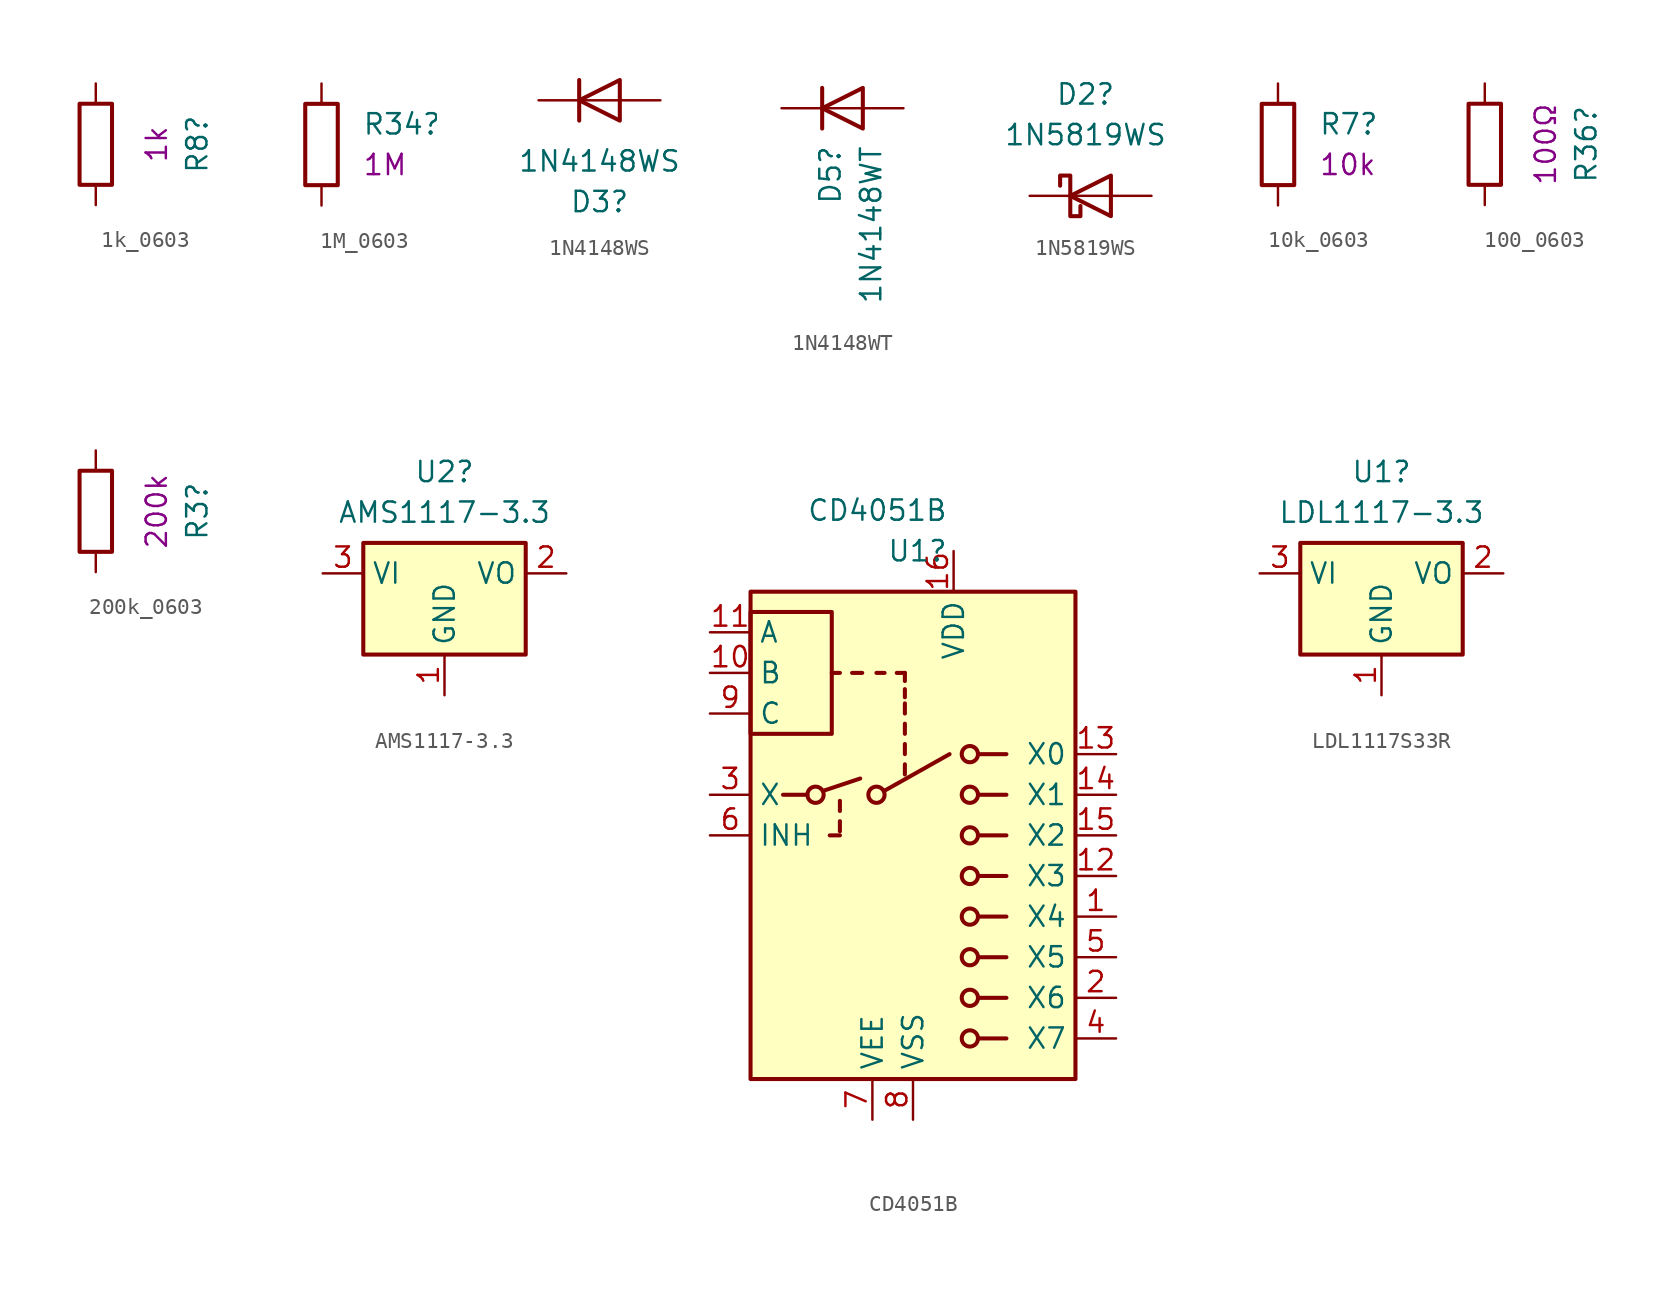
<source format=kicad_sym>
(kicad_symbol_lib
  (version 20241209)
  (generator "kicad_symbol_editor")
  (generator_version "9.0")
  (symbol "1k_0603"
    (pin_numbers
      (hide yes))
    (pin_names
      (offset 0))
    (property "Reference" "R8"
      (at 6.35 0 90)
      (effects (font (size 1.27 1.27))))
    (property "Display" "1k"
      (at 3.81 0 90)
      (effects (font (size 1.27 1.27))))
    (symbol "1k_0603_0_1"
      (rectangle (start -1.016 -2.54) (end 1.016 2.54) (stroke (width 0.254) (type default)) (fill (type none))))
    (symbol "1k_0603_1_1"
      (pin passive line (at 0 3.81 270) (length 1.27) (name "~" (effects (font (size 1.27 1.27)))) (number "1" (effects (font (size 1.27 1.27)))))
      (pin passive line (at 0 -3.81 90) (length 1.27) (name "~" (effects (font (size 1.27 1.27)))) (number "2" (effects (font (size 1.27 1.27)))))))
  (symbol "1M_0603"
    (pin_numbers
      (hide yes))
    (pin_names
      (offset 0))
    (property "Reference" "R34"
      (at 2.54 1.27 0)
      (effects (font (size 1.27 1.27)) (justify left)))
    (property "Display" "1M"
      (at 2.54 -1.27 0)
      (effects (font (size 1.27 1.27)) (justify left)))
    (symbol "1M_0603_0_1"
      (rectangle (start -1.016 -2.54) (end 1.016 2.54) (stroke (width 0.254) (type default)) (fill (type none))))
    (symbol "1M_0603_1_1"
      (pin passive line (at 0 3.81 270) (length 1.27) (name "~" (effects (font (size 1.27 1.27)))) (number "1" (effects (font (size 1.27 1.27)))))
      (pin passive line (at 0 -3.81 90) (length 1.27) (name "~" (effects (font (size 1.27 1.27)))) (number "2" (effects (font (size 1.27 1.27)))))))
  (symbol "1N4148WS"
    (pin_numbers
      (hide yes))
    (pin_names
      (hide yes))
    (property "Reference" "D3"
      (at 0 -6.35 0)
      (effects (font (size 1.27 1.27))))
    (property "Value" "1N4148WS"
      (at 0 -3.81 0)
      (effects (font (size 1.27 1.27))))
    (symbol "1N4148WS_0_1"
      (polyline (pts (xy -1.27 1.27) (xy -1.27 -1.27)) (stroke (width 0.254) (type default)) (fill (type none)))
      (polyline (pts (xy 1.27 1.27) (xy 1.27 -1.27) (xy -1.27 0) (xy 1.27 1.27)) (stroke (width 0.254) (type default)) (fill (type none)))
      (polyline (pts (xy 1.27 0) (xy -1.27 0)) (stroke (width 0) (type default)) (fill (type none))))
    (symbol "1N4148WS_1_1"
      (pin passive line (at -3.81 0 0) (length 2.54) (name "K" (effects (font (size 1.27 1.27)))) (number "1" (effects (font (size 1.27 1.27)))))
      (pin passive line (at 3.81 0 180) (length 2.54) (name "A" (effects (font (size 1.27 1.27)))) (number "2" (effects (font (size 1.27 1.27)))))))
  (symbol "1N4148WT"
    (pin_numbers
      (hide yes))
    (pin_names
      (hide yes))
    (property "Reference" "D5"
      (at -0.762 -2.286 90)
      (effects (font (size 1.27 1.27)) (justify right)))
    (property "Value" "1N4148WT"
      (at 1.778 -2.286 90)
      (effects (font (size 1.27 1.27)) (justify right)))
    (symbol "1N4148WT_0_1"
      (polyline (pts (xy -1.27 1.27) (xy -1.27 -1.27)) (stroke (width 0.254) (type default)) (fill (type none)))
      (polyline (pts (xy 1.27 1.27) (xy 1.27 -1.27) (xy -1.27 0) (xy 1.27 1.27)) (stroke (width 0.254) (type default)) (fill (type none)))
      (polyline (pts (xy 1.27 0) (xy -1.27 0)) (stroke (width 0) (type default)) (fill (type none))))
    (symbol "1N4148WT_1_1"
      (pin passive line (at -3.81 0 0) (length 2.54) (name "K" (effects (font (size 1.27 1.27)))) (number "1" (effects (font (size 1.27 1.27)))))
      (pin passive line (at 3.81 0 180) (length 2.54) (name "A" (effects (font (size 1.27 1.27)))) (number "2" (effects (font (size 1.27 1.27)))))))
  (symbol "1N5819WS"
    (pin_numbers
      (hide yes))
    (pin_names
      (offset 1.016)
      (hide yes))
    (property "Reference" "D2"
      (at -0.318 6.35 0)
      (effects (font (size 1.27 1.27))))
    (property "Value" "1N5819WS"
      (at -0.318 3.81 0)
      (effects (font (size 1.27 1.27))))
    (symbol "1N5819WS_0_1"
      (polyline (pts (xy -1.905 0.635) (xy -1.905 1.27) (xy -1.27 1.27) (xy -1.27 -1.27) (xy -0.635 -1.27) (xy -0.635 -0.635)) (stroke (width 0.254) (type default)) (fill (type none)))
      (polyline (pts (xy 1.27 1.27) (xy 1.27 -1.27) (xy -1.27 0) (xy 1.27 1.27)) (stroke (width 0.254) (type default)) (fill (type none)))
      (polyline (pts (xy 1.27 0) (xy -1.27 0)) (stroke (width 0) (type default)) (fill (type none))))
    (symbol "1N5819WS_1_1"
      (pin passive line (at -3.81 0 0) (length 2.54) (name "K" (effects (font (size 1.27 1.27)))) (number "1" (effects (font (size 1.27 1.27)))))
      (pin passive line (at 3.81 0 180) (length 2.54) (name "A" (effects (font (size 1.27 1.27)))) (number "2" (effects (font (size 1.27 1.27)))))))
  (symbol "10k_0603"
    (pin_numbers
      (hide yes))
    (pin_names
      (offset 0))
    (property "Reference" "R7"
      (at 2.54 1.27 0)
      (effects (font (size 1.27 1.27)) (justify left)))
    (property "Display" "10k"
      (at 2.54 -1.27 0)
      (effects (font (size 1.27 1.27)) (justify left)))
    (symbol "10k_0603_0_1"
      (rectangle (start -1.016 -2.54) (end 1.016 2.54) (stroke (width 0.254) (type default)) (fill (type none))))
    (symbol "10k_0603_1_1"
      (pin passive line (at 0 3.81 270) (length 1.27) (name "~" (effects (font (size 1.27 1.27)))) (number "1" (effects (font (size 1.27 1.27)))))
      (pin passive line (at 0 -3.81 90) (length 1.27) (name "~" (effects (font (size 1.27 1.27)))) (number "2" (effects (font (size 1.27 1.27)))))))
  (symbol "100_0603"
    (pin_numbers
      (hide yes))
    (pin_names
      (offset 0))
    (property "Reference" "R36"
      (at 6.35 0 90)
      (effects (font (size 1.27 1.27))))
    (property "Display" "100Ω"
      (at 3.81 0 90)
      (effects (font (size 1.27 1.27))))
    (symbol "100_0603_0_1"
      (rectangle (start -1.016 -2.54) (end 1.016 2.54) (stroke (width 0.254) (type default)) (fill (type none))))
    (symbol "100_0603_1_1"
      (pin passive line (at 0 3.81 270) (length 1.27) (name "~" (effects (font (size 1.27 1.27)))) (number "1" (effects (font (size 1.27 1.27)))))
      (pin passive line (at 0 -3.81 90) (length 1.27) (name "~" (effects (font (size 1.27 1.27)))) (number "2" (effects (font (size 1.27 1.27)))))))
  (symbol "200k_0603"
    (pin_numbers
      (hide yes))
    (pin_names
      (offset 0))
    (property "Reference" "R3"
      (at 6.35 0 90)
      (effects (font (size 1.27 1.27))))
    (property "Display" "200k"
      (at 3.81 0 90)
      (effects (font (size 1.27 1.27))))
    (symbol "200k_0603_0_1"
      (rectangle (start -1.016 -2.54) (end 1.016 2.54) (stroke (width 0.254) (type default)) (fill (type none))))
    (symbol "200k_0603_1_1"
      (pin passive line (at 0 3.81 270) (length 1.27) (name "~" (effects (font (size 1.27 1.27)))) (number "1" (effects (font (size 1.27 1.27)))))
      (pin passive line (at 0 -3.81 90) (length 1.27) (name "~" (effects (font (size 1.27 1.27)))) (number "2" (effects (font (size 1.27 1.27)))))))
  (symbol "AMS1117-3.3"
    (property "Reference" "U2"
      (at 0 6.35 0)
      (effects (font (size 1.27 1.27))))
    (property "Value" "AMS1117-3.3"
      (at 0 3.81 0)
      (effects (font (size 1.27 1.27))))
    (symbol "AMS1117-3.3_0_1"
      (rectangle (start -5.08 -5.08) (end 5.08 1.905) (stroke (width 0.254) (type default)) (fill (type background))))
    (symbol "AMS1117-3.3_1_1"
      (pin power_in line (at -7.62 0 0) (length 2.54) (name "VI" (effects (font (size 1.27 1.27)))) (number "3" (effects (font (size 1.27 1.27)))))
      (pin power_in line (at 0 -7.62 90) (length 2.54) (name "GND" (effects (font (size 1.27 1.27)))) (number "1" (effects (font (size 1.27 1.27)))))
      (pin power_out line (at 7.62 0 180) (length 2.54) (name "VO" (effects (font (size 1.27 1.27)))) (number "2" (effects (font (size 1.27 1.27)))))))
  (symbol "CD4051B"
    (property "Reference" "U1"
      (at 2.194 17.78 0)
      (effects (font (size 1.27 1.27)) (justify right)))
    (property "Value" "CD4051B"
      (at 2.194 20.32 0)
      (effects (font (size 1.27 1.27)) (justify right)))
    (symbol "CD4051B_0_1"
      (rectangle (start -10.16 15.24) (end 10.16 -15.24) (stroke (width 0.254) (type default)) (fill (type background)))
      (rectangle (start -10.16 6.35) (end -5.08 13.97) (stroke (width 0.254) (type default)) (fill (type none)))
      (polyline (pts (xy -8.128 2.54) (xy -6.604 2.54)) (stroke (width 0.254) (type default)) (fill (type none)))
      (circle (center -6.096 2.54) (radius 0.508) (stroke (width 0.254) (type default)) (fill (type none)))
      (polyline (pts (xy -5.588 2.794) (xy -3.302 3.556)) (stroke (width 0.254) (type default)) (fill (type none)))
      (polyline (pts (xy -4.572 10.16) (xy -5.08 10.16)) (stroke (width 0.254) (type default)) (fill (type none)))
      (polyline (pts (xy -4.572 1.524) (xy -4.572 2.159)) (stroke (width 0.254) (type default)) (fill (type none)))
      (polyline (pts (xy -4.572 0.254) (xy -4.572 0.889)) (stroke (width 0.254) (type default)) (fill (type none)))
      (polyline (pts (xy -4.572 0) (xy -5.207 0)) (stroke (width 0.254) (type default)) (fill (type none)))
      (polyline (pts (xy -3.81 10.16) (xy -3.175 10.16)) (stroke (width 0.254) (type default)) (fill (type none)))
      (circle (center -2.286 2.54) (radius 0.508) (stroke (width 0.254) (type default)) (fill (type none)))
      (polyline (pts (xy -1.778 10.16) (xy -2.286 10.16)) (stroke (width 0.254) (type default)) (fill (type none)))
      (polyline (pts (xy -1.778 2.794) (xy 2.286 5.08)) (stroke (width 0.254) (type default)) (fill (type none)))
      (polyline (pts (xy -0.508 10.16) (xy -1.016 10.16)) (stroke (width 0.254) (type default)) (fill (type none)))
      (polyline (pts (xy -0.508 9.652) (xy -0.508 10.16)) (stroke (width 0.254) (type default)) (fill (type none)))
      (polyline (pts (xy -0.508 8.636) (xy -0.508 9.144)) (stroke (width 0.254) (type default)) (fill (type none)))
      (polyline (pts (xy -0.508 7.62) (xy -0.508 8.255)) (stroke (width 0.254) (type default)) (fill (type none)))
      (polyline (pts (xy -0.508 6.35) (xy -0.508 6.985)) (stroke (width 0.254) (type default)) (fill (type none)))
      (polyline (pts (xy -0.508 5.08) (xy -0.508 5.715)) (stroke (width 0.254) (type default)) (fill (type none)))
      (polyline (pts (xy -0.508 3.81) (xy -0.508 4.445)) (stroke (width 0.254) (type default)) (fill (type none)))
      (circle (center 3.556 5.08) (radius 0.508) (stroke (width 0.254) (type default)) (fill (type none)))
      (circle (center 3.556 2.54) (radius 0.508) (stroke (width 0.254) (type default)) (fill (type none)))
      (circle (center 3.556 0) (radius 0.508) (stroke (width 0.254) (type default)) (fill (type none)))
      (circle (center 3.556 -2.54) (radius 0.508) (stroke (width 0.254) (type default)) (fill (type none)))
      (circle (center 3.556 -5.08) (radius 0.508) (stroke (width 0.254) (type default)) (fill (type none)))
      (circle (center 3.556 -7.62) (radius 0.508) (stroke (width 0.254) (type default)) (fill (type none)))
      (circle (center 3.556 -10.16) (radius 0.508) (stroke (width 0.254) (type default)) (fill (type none)))
      (circle (center 3.556 -12.7) (radius 0.508) (stroke (width 0.254) (type default)) (fill (type none)))
      (polyline (pts (xy 4.064 5.08) (xy 5.842 5.08)) (stroke (width 0.254) (type default)) (fill (type none)))
      (polyline (pts (xy 4.064 2.54) (xy 5.842 2.54)) (stroke (width 0.254) (type default)) (fill (type none)))
      (polyline (pts (xy 4.064 0) (xy 5.842 0)) (stroke (width 0.254) (type default)) (fill (type none)))
      (polyline (pts (xy 4.064 -2.54) (xy 5.842 -2.54)) (stroke (width 0.254) (type default)) (fill (type none)))
      (polyline (pts (xy 4.064 -5.08) (xy 5.842 -5.08)) (stroke (width 0.254) (type default)) (fill (type none)))
      (polyline (pts (xy 4.064 -7.62) (xy 5.842 -7.62)) (stroke (width 0.254) (type default)) (fill (type none)))
      (polyline (pts (xy 4.064 -10.16) (xy 5.842 -10.16)) (stroke (width 0.254) (type default)) (fill (type none)))
      (polyline (pts (xy 4.064 -12.7) (xy 5.842 -12.7)) (stroke (width 0.254) (type default)) (fill (type none))))
    (symbol "CD4051B_1_1"
      (pin input line (at -12.7 12.7 0) (length 2.54) (name "A" (effects (font (size 1.27 1.27)))) (number "11" (effects (font (size 1.27 1.27)))))
      (pin input line (at -12.7 10.16 0) (length 2.54) (name "B" (effects (font (size 1.27 1.27)))) (number "10" (effects (font (size 1.27 1.27)))))
      (pin input line (at -12.7 7.62 0) (length 2.54) (name "C" (effects (font (size 1.27 1.27)))) (number "9" (effects (font (size 1.27 1.27)))))
      (pin bidirectional line (at -12.7 2.54 0) (length 2.54) (name "X" (effects (font (size 1.27 1.27)))) (number "3" (effects (font (size 1.27 1.27)))))
      (pin input line (at -12.7 0 0) (length 2.54) (name "INH" (effects (font (size 1.27 1.27)))) (number "6" (effects (font (size 1.27 1.27)))))
      (pin power_in line (at -2.54 -17.78 90) (length 2.54) (name "VEE" (effects (font (size 1.27 1.27)))) (number "7" (effects (font (size 1.27 1.27)))))
      (pin power_in line (at 0 -17.78 90) (length 2.54) (name "VSS" (effects (font (size 1.27 1.27)))) (number "8" (effects (font (size 1.27 1.27)))))
      (pin power_in line (at 2.54 17.78 270) (length 2.54) (name "VDD" (effects (font (size 1.27 1.27)))) (number "16" (effects (font (size 1.27 1.27)))))
      (pin bidirectional line (at 12.7 5.08 180) (length 2.54) (name "X0" (effects (font (size 1.27 1.27)))) (number "13" (effects (font (size 1.27 1.27)))))
      (pin bidirectional line (at 12.7 2.54 180) (length 2.54) (name "X1" (effects (font (size 1.27 1.27)))) (number "14" (effects (font (size 1.27 1.27)))))
      (pin bidirectional line (at 12.7 0 180) (length 2.54) (name "X2" (effects (font (size 1.27 1.27)))) (number "15" (effects (font (size 1.27 1.27)))))
      (pin bidirectional line (at 12.7 -2.54 180) (length 2.54) (name "X3" (effects (font (size 1.27 1.27)))) (number "12" (effects (font (size 1.27 1.27)))))
      (pin bidirectional line (at 12.7 -5.08 180) (length 2.54) (name "X4" (effects (font (size 1.27 1.27)))) (number "1" (effects (font (size 1.27 1.27)))))
      (pin bidirectional line (at 12.7 -7.62 180) (length 2.54) (name "X5" (effects (font (size 1.27 1.27)))) (number "5" (effects (font (size 1.27 1.27)))))
      (pin bidirectional line (at 12.7 -10.16 180) (length 2.54) (name "X6" (effects (font (size 1.27 1.27)))) (number "2" (effects (font (size 1.27 1.27)))))
      (pin bidirectional line (at 12.7 -12.7 180) (length 2.54) (name "X7" (effects (font (size 1.27 1.27)))) (number "4" (effects (font (size 1.27 1.27)))))))
  (symbol "LDL1117S33R"
    (property "Reference" "U1"
      (at 0 6.35 0)
      (effects (font (size 1.27 1.27))))
    (property "Value" "LDL1117-3.3"
      (at 0 3.81 0)
      (effects (font (size 1.27 1.27))))
    (symbol "LDL1117S33R_0_1"
      (rectangle (start -5.08 -5.08) (end 5.08 1.905) (stroke (width 0.254) (type default)) (fill (type background))))
    (symbol "LDL1117S33R_1_1"
      (pin power_in line (at -7.62 0 0) (length 2.54) (name "VI" (effects (font (size 1.27 1.27)))) (number "3" (effects (font (size 1.27 1.27)))))
      (pin power_in line (at 0 -7.62 90) (length 2.54) (name "GND" (effects (font (size 1.27 1.27)))) (number "1" (effects (font (size 1.27 1.27)))))
      (pin power_out line (at 7.62 0 180) (length 2.54) (name "VO" (effects (font (size 1.27 1.27)))) (number "2" (effects (font (size 1.27 1.27))))))))
</source>
